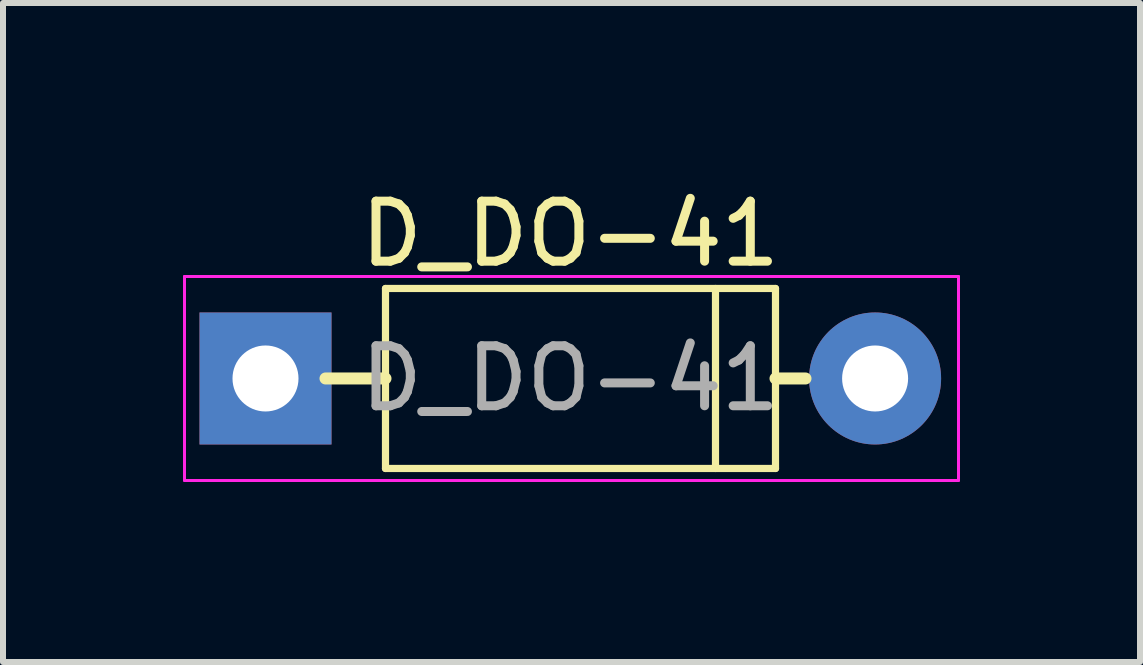
<source format=kicad_pcb>
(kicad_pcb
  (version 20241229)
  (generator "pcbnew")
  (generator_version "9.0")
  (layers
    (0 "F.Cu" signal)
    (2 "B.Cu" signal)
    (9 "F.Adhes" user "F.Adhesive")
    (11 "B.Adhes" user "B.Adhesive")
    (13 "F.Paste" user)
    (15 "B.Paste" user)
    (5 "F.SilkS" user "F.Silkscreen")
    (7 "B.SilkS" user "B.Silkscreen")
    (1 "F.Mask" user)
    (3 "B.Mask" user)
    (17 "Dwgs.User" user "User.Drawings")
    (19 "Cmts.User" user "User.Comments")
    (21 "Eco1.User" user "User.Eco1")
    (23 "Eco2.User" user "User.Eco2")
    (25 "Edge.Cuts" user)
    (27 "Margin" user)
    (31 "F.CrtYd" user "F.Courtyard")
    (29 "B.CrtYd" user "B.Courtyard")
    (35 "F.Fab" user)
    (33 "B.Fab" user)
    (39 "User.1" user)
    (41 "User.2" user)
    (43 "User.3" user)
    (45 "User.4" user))
  (footprint "D_DO-41"
    (layer "F.Cu")
    (at 1.375 3.258)
    (property "Reference" "D_DO-41" (at 5.08 -2.41 0) (layer "F.SilkS") (effects (font (size 1 1) (thickness 0.15))))
    (attr through_hole)
    (fp_line (start 2 -1.5) (end 2 1.5) (stroke (width 0.12) (type solid)) (layer "F.SilkS"))
    (fp_line (start 2 0) (end 1 0) (stroke (width 0.2) (type solid)) (layer "F.SilkS"))
    (fp_line (start 2 1.5) (end 8.5 1.5) (stroke (width 0.12) (type solid)) (layer "F.SilkS"))
    (fp_line (start 7.5 -1.5) (end 7.5 1.5) (stroke (width 0.12) (type solid)) (layer "F.SilkS"))
    (fp_line (start 8.5 -1.5) (end 2 -1.5) (stroke (width 0.12) (type solid)) (layer "F.SilkS"))
    (fp_line (start 8.5 0) (end 9 0) (stroke (width 0.2) (type solid)) (layer "F.SilkS"))
    (fp_line (start 8.5 1.5) (end 8.5 -1.5) (stroke (width 0.12) (type solid)) (layer "F.SilkS"))
    (fp_line (start -1.35 -1.7) (end -1.35 1.7) (stroke (width 0.05) (type solid)) (layer "F.CrtYd"))
    (fp_line (start -1.35 1.7) (end 11.55 1.7) (stroke (width 0.05) (type solid)) (layer "F.CrtYd"))
    (fp_line (start 11.55 -1.7) (end -1.35 -1.7) (stroke (width 0.05) (type solid)) (layer "F.CrtYd"))
    (fp_line (start 11.55 1.7) (end 11.55 -1.7) (stroke (width 0.05) (type solid)) (layer "F.CrtYd"))
    (fp_text user "${REFERENCE}" (at 5.08 0 0) (layer "F.Fab") (effects (font (size 1 1) (thickness 0.15))))
    (pad "1" thru_hole rect (at 0 0) (size 2.2 2.2) (drill 1.1) (layers "*.Cu" "*.Mask"))
    (pad "2" thru_hole oval (at 10.16 0) (size 2.2 2.2) (drill 1.1) (layers "*.Cu" "*.Mask")))
  (gr_rect
    (start -3 -3)
    (end 15.95 7.983)
    (stroke (width 0.1) (type default))
    (fill no)
    (layer "Edge.Cuts")))
</source>
